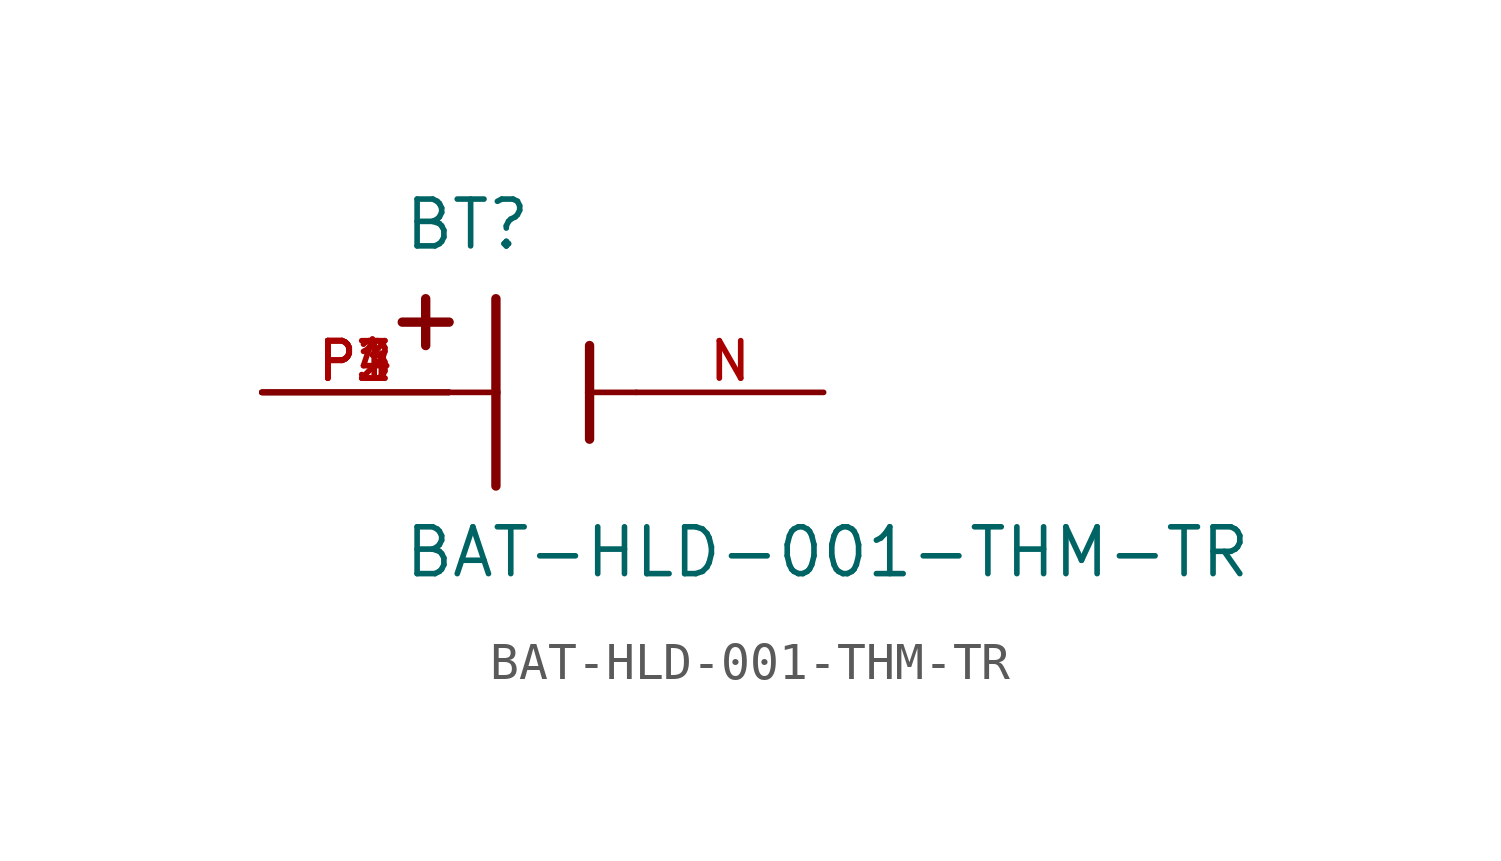
<source format=kicad_sym>
(kicad_symbol_lib
  (version 20211014)
  (generator kicad_symbol_editor)
  (symbol "BAT-HLD-001-THM-TR"
    (pin_names
      (offset 1.016))
    (property "Reference" "BT"
      (at -3.81 3.81 0)
      (effects (font (size 1.27 1.27)) (justify bottom left)))
    (property "Value" "BAT-HLD-001-THM-TR"
      (at -3.81 -5.08 0)
      (effects (font (size 1.27 1.27)) (justify bottom left)))
    (symbol "BAT-HLD-001-THM-TR_0_0"
      (polyline (pts (xy -1.27 2.54) (xy -1.27 0.0)) (stroke (width 0.254)))
      (polyline (pts (xy -1.27 0.0) (xy -1.27 -2.54)) (stroke (width 0.254)))
      (polyline (pts (xy 1.27 1.27) (xy 1.27 0.0)) (stroke (width 0.254)))
      (polyline (pts (xy 1.27 0.0) (xy 1.27 -1.27)) (stroke (width 0.254)))
      (polyline (pts (xy -1.27 0.0) (xy -2.54 0.0)) (stroke (width 0.152)))
      (polyline (pts (xy 1.27 0.0) (xy 2.54 0.0)) (stroke (width 0.152)))
      (polyline (pts (xy -3.175 2.54) (xy -3.175 1.27)) (stroke (width 0.254)))
      (polyline (pts (xy -3.81 1.905) (xy -2.54 1.905)) (stroke (width 0.254)))
      (pin passive line (at -7.62 0.0 0) (length 5.08) (name "~" (effects (font (size 1.016 1.016)))) (number "P1" (effects (font (size 1.016 1.016)))))
      (pin passive line (at -7.62 0.0 0) (length 5.08) (name "~" (effects (font (size 1.016 1.016)))) (number "P2" (effects (font (size 1.016 1.016)))))
      (pin passive line (at -7.62 0.0 0) (length 5.08) (name "~" (effects (font (size 1.016 1.016)))) (number "P3" (effects (font (size 1.016 1.016)))))
      (pin passive line (at -7.62 0.0 0) (length 5.08) (name "~" (effects (font (size 1.016 1.016)))) (number "P4" (effects (font (size 1.016 1.016)))))
      (pin passive line (at 7.62 0.0 180.0) (length 5.08) (name "~" (effects (font (size 1.016 1.016)))) (number "N" (effects (font (size 1.016 1.016))))))))
</source>
